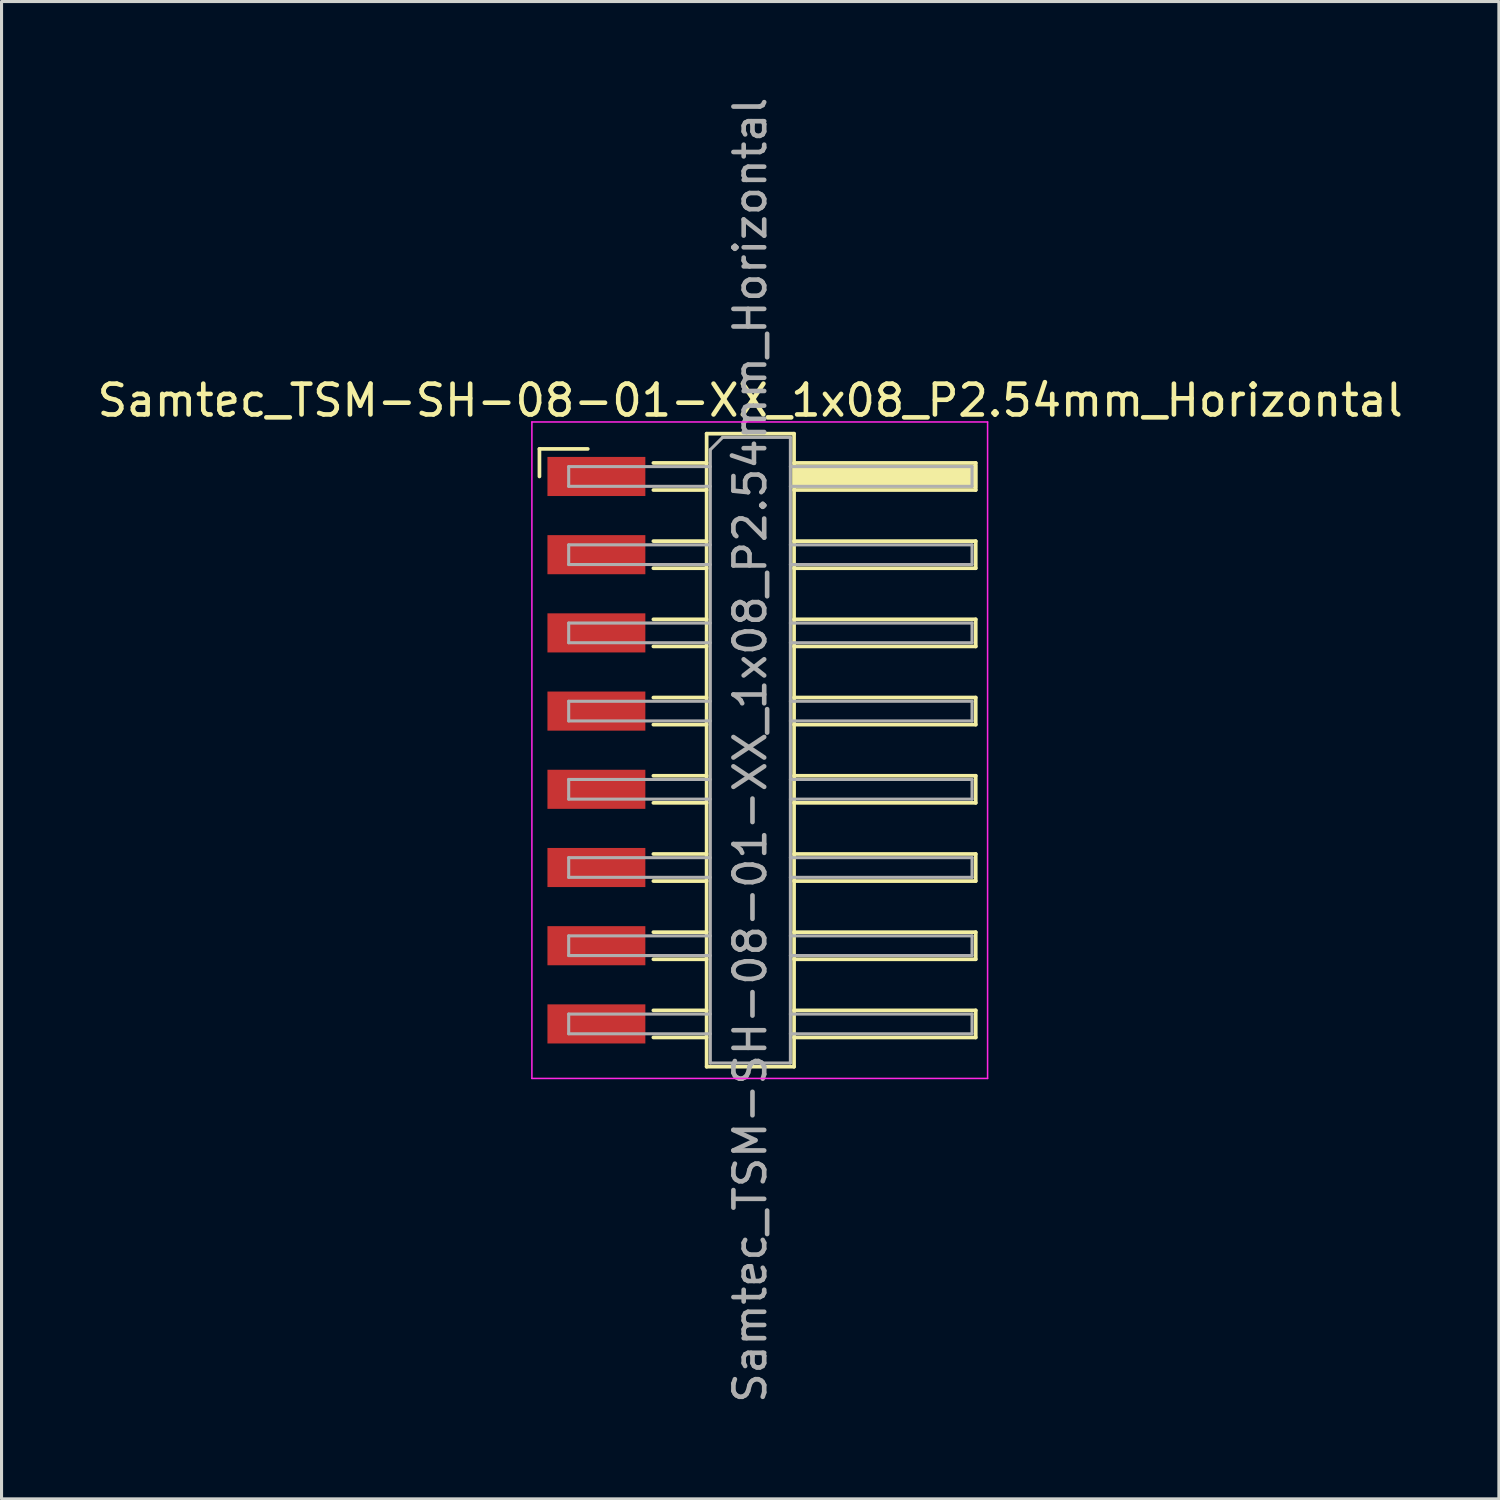
<source format=kicad_pcb>
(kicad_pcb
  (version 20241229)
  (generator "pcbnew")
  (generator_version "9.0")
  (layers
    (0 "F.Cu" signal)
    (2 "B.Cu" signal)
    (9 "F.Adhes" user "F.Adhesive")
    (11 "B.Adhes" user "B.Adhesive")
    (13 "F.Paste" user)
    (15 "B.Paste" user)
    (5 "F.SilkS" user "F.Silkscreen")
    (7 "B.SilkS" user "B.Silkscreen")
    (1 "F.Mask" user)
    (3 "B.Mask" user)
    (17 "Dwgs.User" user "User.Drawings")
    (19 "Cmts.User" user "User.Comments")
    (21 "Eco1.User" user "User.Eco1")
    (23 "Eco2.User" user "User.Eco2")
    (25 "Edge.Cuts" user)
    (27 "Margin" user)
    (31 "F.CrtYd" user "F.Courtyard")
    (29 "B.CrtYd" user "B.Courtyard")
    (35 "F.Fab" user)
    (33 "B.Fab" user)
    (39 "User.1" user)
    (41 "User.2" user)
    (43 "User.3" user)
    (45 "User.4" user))
  (footprint "Samtec_TSM-SH-08-01-XX_1x08_P2.54mm_Horizontal"
    (layer "F.Cu")
    (at 21.505 21.315)
    (property "Reference" "Samtec_TSM-SH-08-01-XX_1x08_P2.54mm_Horizontal" (at -0.19 -11.36 0) (layer "F.SilkS") (effects (font (size 1 1) (thickness 0.15))))
    (attr smd)
    (fp_line (start -7.035 -9.785) (end -5.465 -9.785) (stroke (width 0.12) (type solid)) (layer "F.SilkS"))
    (fp_line (start -7.035 -8.89) (end -7.035 -9.785) (stroke (width 0.12) (type solid)) (layer "F.SilkS"))
    (fp_line (start -3.335 -9.33) (end -1.605 -9.33) (stroke (width 0.12) (type solid)) (layer "F.SilkS"))
    (fp_line (start -3.335 -8.45) (end -1.605 -8.45) (stroke (width 0.12) (type solid)) (layer "F.SilkS"))
    (fp_line (start -3.335 -6.79) (end -1.605 -6.79) (stroke (width 0.12) (type solid)) (layer "F.SilkS"))
    (fp_line (start -3.335 -5.91) (end -1.605 -5.91) (stroke (width 0.12) (type solid)) (layer "F.SilkS"))
    (fp_line (start -3.335 -4.25) (end -1.605 -4.25) (stroke (width 0.12) (type solid)) (layer "F.SilkS"))
    (fp_line (start -3.335 -3.37) (end -1.605 -3.37) (stroke (width 0.12) (type solid)) (layer "F.SilkS"))
    (fp_line (start -3.335 -1.71) (end -1.605 -1.71) (stroke (width 0.12) (type solid)) (layer "F.SilkS"))
    (fp_line (start -3.335 -0.83) (end -1.605 -0.83) (stroke (width 0.12) (type solid)) (layer "F.SilkS"))
    (fp_line (start -3.335 0.83) (end -1.605 0.83) (stroke (width 0.12) (type solid)) (layer "F.SilkS"))
    (fp_line (start -3.335 1.71) (end -1.605 1.71) (stroke (width 0.12) (type solid)) (layer "F.SilkS"))
    (fp_line (start -3.335 3.37) (end -1.605 3.37) (stroke (width 0.12) (type solid)) (layer "F.SilkS"))
    (fp_line (start -3.335 4.25) (end -1.605 4.25) (stroke (width 0.12) (type solid)) (layer "F.SilkS"))
    (fp_line (start -3.335 5.91) (end -1.605 5.91) (stroke (width 0.12) (type solid)) (layer "F.SilkS"))
    (fp_line (start -3.335 6.79) (end -1.605 6.79) (stroke (width 0.12) (type solid)) (layer "F.SilkS"))
    (fp_line (start -3.335 8.45) (end -1.605 8.45) (stroke (width 0.12) (type solid)) (layer "F.SilkS"))
    (fp_line (start -3.335 9.33) (end -1.605 9.33) (stroke (width 0.12) (type solid)) (layer "F.SilkS"))
    (fp_line (start -1.605 -10.28) (end 1.235 -10.28) (stroke (width 0.12) (type solid)) (layer "F.SilkS"))
    (fp_line (start -1.605 10.28) (end -1.605 -10.28) (stroke (width 0.12) (type solid)) (layer "F.SilkS"))
    (fp_line (start 1.235 -10.28) (end 1.235 10.28) (stroke (width 0.12) (type solid)) (layer "F.SilkS"))
    (fp_line (start 1.235 -9.33) (end 7.135 -9.33) (stroke (width 0.12) (type solid)) (layer "F.SilkS"))
    (fp_line (start 1.235 -6.79) (end 7.135 -6.79) (stroke (width 0.12) (type solid)) (layer "F.SilkS"))
    (fp_line (start 1.235 -4.25) (end 7.135 -4.25) (stroke (width 0.12) (type solid)) (layer "F.SilkS"))
    (fp_line (start 1.235 -1.71) (end 7.135 -1.71) (stroke (width 0.12) (type solid)) (layer "F.SilkS"))
    (fp_line (start 1.235 0.83) (end 7.135 0.83) (stroke (width 0.12) (type solid)) (layer "F.SilkS"))
    (fp_line (start 1.235 3.37) (end 7.135 3.37) (stroke (width 0.12) (type solid)) (layer "F.SilkS"))
    (fp_line (start 1.235 5.91) (end 7.135 5.91) (stroke (width 0.12) (type solid)) (layer "F.SilkS"))
    (fp_line (start 1.235 8.45) (end 7.135 8.45) (stroke (width 0.12) (type solid)) (layer "F.SilkS"))
    (fp_line (start 1.235 10.28) (end -1.605 10.28) (stroke (width 0.12) (type solid)) (layer "F.SilkS"))
    (fp_line (start 7.135 -9.33) (end 7.135 -8.45) (stroke (width 0.12) (type solid)) (layer "F.SilkS"))
    (fp_line (start 7.135 -8.45) (end 1.235 -8.45) (stroke (width 0.12) (type solid)) (layer "F.SilkS"))
    (fp_line (start 7.135 -6.79) (end 7.135 -5.91) (stroke (width 0.12) (type solid)) (layer "F.SilkS"))
    (fp_line (start 7.135 -5.91) (end 1.235 -5.91) (stroke (width 0.12) (type solid)) (layer "F.SilkS"))
    (fp_line (start 7.135 -4.25) (end 7.135 -3.37) (stroke (width 0.12) (type solid)) (layer "F.SilkS"))
    (fp_line (start 7.135 -3.37) (end 1.235 -3.37) (stroke (width 0.12) (type solid)) (layer "F.SilkS"))
    (fp_line (start 7.135 -1.71) (end 7.135 -0.83) (stroke (width 0.12) (type solid)) (layer "F.SilkS"))
    (fp_line (start 7.135 -0.83) (end 1.235 -0.83) (stroke (width 0.12) (type solid)) (layer "F.SilkS"))
    (fp_line (start 7.135 0.83) (end 7.135 1.71) (stroke (width 0.12) (type solid)) (layer "F.SilkS"))
    (fp_line (start 7.135 1.71) (end 1.235 1.71) (stroke (width 0.12) (type solid)) (layer "F.SilkS"))
    (fp_line (start 7.135 3.37) (end 7.135 4.25) (stroke (width 0.12) (type solid)) (layer "F.SilkS"))
    (fp_line (start 7.135 4.25) (end 1.235 4.25) (stroke (width 0.12) (type solid)) (layer "F.SilkS"))
    (fp_line (start 7.135 5.91) (end 7.135 6.79) (stroke (width 0.12) (type solid)) (layer "F.SilkS"))
    (fp_line (start 7.135 6.79) (end 1.235 6.79) (stroke (width 0.12) (type solid)) (layer "F.SilkS"))
    (fp_line (start 7.135 8.45) (end 7.135 9.33) (stroke (width 0.12) (type solid)) (layer "F.SilkS"))
    (fp_line (start 7.135 9.33) (end 1.235 9.33) (stroke (width 0.12) (type solid)) (layer "F.SilkS"))
    (fp_line (start -7.28 -10.66) (end 7.52 -10.66) (stroke (width 0.05) (type solid)) (layer "F.CrtYd"))
    (fp_line (start -7.28 10.66) (end -7.28 -10.66) (stroke (width 0.05) (type solid)) (layer "F.CrtYd"))
    (fp_line (start 7.52 -10.66) (end 7.52 10.66) (stroke (width 0.05) (type solid)) (layer "F.CrtYd"))
    (fp_line (start 7.52 10.66) (end -7.28 10.66) (stroke (width 0.05) (type solid)) (layer "F.CrtYd"))
    (fp_line (start -6.085 -9.21) (end -6.085 -8.57) (stroke (width 0.1) (type solid)) (layer "F.Fab"))
    (fp_line (start -6.085 -8.57) (end -1.485 -8.57) (stroke (width 0.1) (type solid)) (layer "F.Fab"))
    (fp_line (start -6.085 -6.67) (end -6.085 -6.03) (stroke (width 0.1) (type solid)) (layer "F.Fab"))
    (fp_line (start -6.085 -6.03) (end -1.485 -6.03) (stroke (width 0.1) (type solid)) (layer "F.Fab"))
    (fp_line (start -6.085 -4.13) (end -6.085 -3.49) (stroke (width 0.1) (type solid)) (layer "F.Fab"))
    (fp_line (start -6.085 -3.49) (end -1.485 -3.49) (stroke (width 0.1) (type solid)) (layer "F.Fab"))
    (fp_line (start -6.085 -1.59) (end -6.085 -0.95) (stroke (width 0.1) (type solid)) (layer "F.Fab"))
    (fp_line (start -6.085 -0.95) (end -1.485 -0.95) (stroke (width 0.1) (type solid)) (layer "F.Fab"))
    (fp_line (start -6.085 0.95) (end -6.085 1.59) (stroke (width 0.1) (type solid)) (layer "F.Fab"))
    (fp_line (start -6.085 1.59) (end -1.485 1.59) (stroke (width 0.1) (type solid)) (layer "F.Fab"))
    (fp_line (start -6.085 3.49) (end -6.085 4.13) (stroke (width 0.1) (type solid)) (layer "F.Fab"))
    (fp_line (start -6.085 4.13) (end -1.485 4.13) (stroke (width 0.1) (type solid)) (layer "F.Fab"))
    (fp_line (start -6.085 6.03) (end -6.085 6.67) (stroke (width 0.1) (type solid)) (layer "F.Fab"))
    (fp_line (start -6.085 6.67) (end -1.485 6.67) (stroke (width 0.1) (type solid)) (layer "F.Fab"))
    (fp_line (start -6.085 8.57) (end -6.085 9.21) (stroke (width 0.1) (type solid)) (layer "F.Fab"))
    (fp_line (start -6.085 9.21) (end -1.485 9.21) (stroke (width 0.1) (type solid)) (layer "F.Fab"))
    (fp_line (start -1.485 -9.76) (end -1.085 -10.16) (stroke (width 0.1) (type solid)) (layer "F.Fab"))
    (fp_line (start -1.485 -9.21) (end -6.085 -9.21) (stroke (width 0.1) (type solid)) (layer "F.Fab"))
    (fp_line (start -1.485 -6.67) (end -6.085 -6.67) (stroke (width 0.1) (type solid)) (layer "F.Fab"))
    (fp_line (start -1.485 -4.13) (end -6.085 -4.13) (stroke (width 0.1) (type solid)) (layer "F.Fab"))
    (fp_line (start -1.485 -1.59) (end -6.085 -1.59) (stroke (width 0.1) (type solid)) (layer "F.Fab"))
    (fp_line (start -1.485 0.95) (end -6.085 0.95) (stroke (width 0.1) (type solid)) (layer "F.Fab"))
    (fp_line (start -1.485 3.49) (end -6.085 3.49) (stroke (width 0.1) (type solid)) (layer "F.Fab"))
    (fp_line (start -1.485 6.03) (end -6.085 6.03) (stroke (width 0.1) (type solid)) (layer "F.Fab"))
    (fp_line (start -1.485 8.57) (end -6.085 8.57) (stroke (width 0.1) (type solid)) (layer "F.Fab"))
    (fp_line (start -1.485 10.16) (end -1.485 -9.76) (stroke (width 0.1) (type solid)) (layer "F.Fab"))
    (fp_line (start -1.085 -10.16) (end 1.115 -10.16) (stroke (width 0.1) (type solid)) (layer "F.Fab"))
    (fp_line (start 1.115 -10.16) (end 1.115 10.16) (stroke (width 0.1) (type solid)) (layer "F.Fab"))
    (fp_line (start 1.115 -9.21) (end 7.015 -9.21) (stroke (width 0.1) (type solid)) (layer "F.Fab"))
    (fp_line (start 1.115 -6.67) (end 7.015 -6.67) (stroke (width 0.1) (type solid)) (layer "F.Fab"))
    (fp_line (start 1.115 -4.13) (end 7.015 -4.13) (stroke (width 0.1) (type solid)) (layer "F.Fab"))
    (fp_line (start 1.115 -1.59) (end 7.015 -1.59) (stroke (width 0.1) (type solid)) (layer "F.Fab"))
    (fp_line (start 1.115 0.95) (end 7.015 0.95) (stroke (width 0.1) (type solid)) (layer "F.Fab"))
    (fp_line (start 1.115 3.49) (end 7.015 3.49) (stroke (width 0.1) (type solid)) (layer "F.Fab"))
    (fp_line (start 1.115 6.03) (end 7.015 6.03) (stroke (width 0.1) (type solid)) (layer "F.Fab"))
    (fp_line (start 1.115 8.57) (end 7.015 8.57) (stroke (width 0.1) (type solid)) (layer "F.Fab"))
    (fp_line (start 1.115 10.16) (end -1.485 10.16) (stroke (width 0.1) (type solid)) (layer "F.Fab"))
    (fp_line (start 7.015 -9.21) (end 7.015 -8.57) (stroke (width 0.1) (type solid)) (layer "F.Fab"))
    (fp_line (start 7.015 -8.57) (end 1.115 -8.57) (stroke (width 0.1) (type solid)) (layer "F.Fab"))
    (fp_line (start 7.015 -6.67) (end 7.015 -6.03) (stroke (width 0.1) (type solid)) (layer "F.Fab"))
    (fp_line (start 7.015 -6.03) (end 1.115 -6.03) (stroke (width 0.1) (type solid)) (layer "F.Fab"))
    (fp_line (start 7.015 -4.13) (end 7.015 -3.49) (stroke (width 0.1) (type solid)) (layer "F.Fab"))
    (fp_line (start 7.015 -3.49) (end 1.115 -3.49) (stroke (width 0.1) (type solid)) (layer "F.Fab"))
    (fp_line (start 7.015 -1.59) (end 7.015 -0.95) (stroke (width 0.1) (type solid)) (layer "F.Fab"))
    (fp_line (start 7.015 -0.95) (end 1.115 -0.95) (stroke (width 0.1) (type solid)) (layer "F.Fab"))
    (fp_line (start 7.015 0.95) (end 7.015 1.59) (stroke (width 0.1) (type solid)) (layer "F.Fab"))
    (fp_line (start 7.015 1.59) (end 1.115 1.59) (stroke (width 0.1) (type solid)) (layer "F.Fab"))
    (fp_line (start 7.015 3.49) (end 7.015 4.13) (stroke (width 0.1) (type solid)) (layer "F.Fab"))
    (fp_line (start 7.015 4.13) (end 1.115 4.13) (stroke (width 0.1) (type solid)) (layer "F.Fab"))
    (fp_line (start 7.015 6.03) (end 7.015 6.67) (stroke (width 0.1) (type solid)) (layer "F.Fab"))
    (fp_line (start 7.015 6.67) (end 1.115 6.67) (stroke (width 0.1) (type solid)) (layer "F.Fab"))
    (fp_line (start 7.015 8.57) (end 7.015 9.21) (stroke (width 0.1) (type solid)) (layer "F.Fab"))
    (fp_line (start 7.015 9.21) (end 1.115 9.21) (stroke (width 0.1) (type solid)) (layer "F.Fab"))
    (fp_text user "${REFERENCE}" (at -0.19 0 90) (layer "F.Fab") (effects (font (size 1 1) (thickness 0.15))))
    (pad "" smd rect (at 4.185 -8.89) (size 6 0.76) (layers "F.SilkS"))
    (pad "1" smd rect (at -5.185 -8.89) (size 3.18 1.27) (layers "F.Cu" "F.Mask" "F.Paste"))
    (pad "2" smd rect (at -5.185 -6.35) (size 3.18 1.27) (layers "F.Cu" "F.Mask" "F.Paste"))
    (pad "3" smd rect (at -5.185 -3.81) (size 3.18 1.27) (layers "F.Cu" "F.Mask" "F.Paste"))
    (pad "4" smd rect (at -5.185 -1.27) (size 3.18 1.27) (layers "F.Cu" "F.Mask" "F.Paste"))
    (pad "5" smd rect (at -5.185 1.27) (size 3.18 1.27) (layers "F.Cu" "F.Mask" "F.Paste"))
    (pad "6" smd rect (at -5.185 3.81) (size 3.18 1.27) (layers "F.Cu" "F.Mask" "F.Paste"))
    (pad "7" smd rect (at -5.185 6.35) (size 3.18 1.27) (layers "F.Cu" "F.Mask" "F.Paste"))
    (pad "8" smd rect (at -5.185 8.89) (size 3.18 1.27) (layers "F.Cu" "F.Mask" "F.Paste")))
  (gr_rect
    (start -3 -3)
    (end 45.631 45.631)
    (stroke (width 0.1) (type default))
    (fill no)
    (layer "Edge.Cuts")))
</source>
